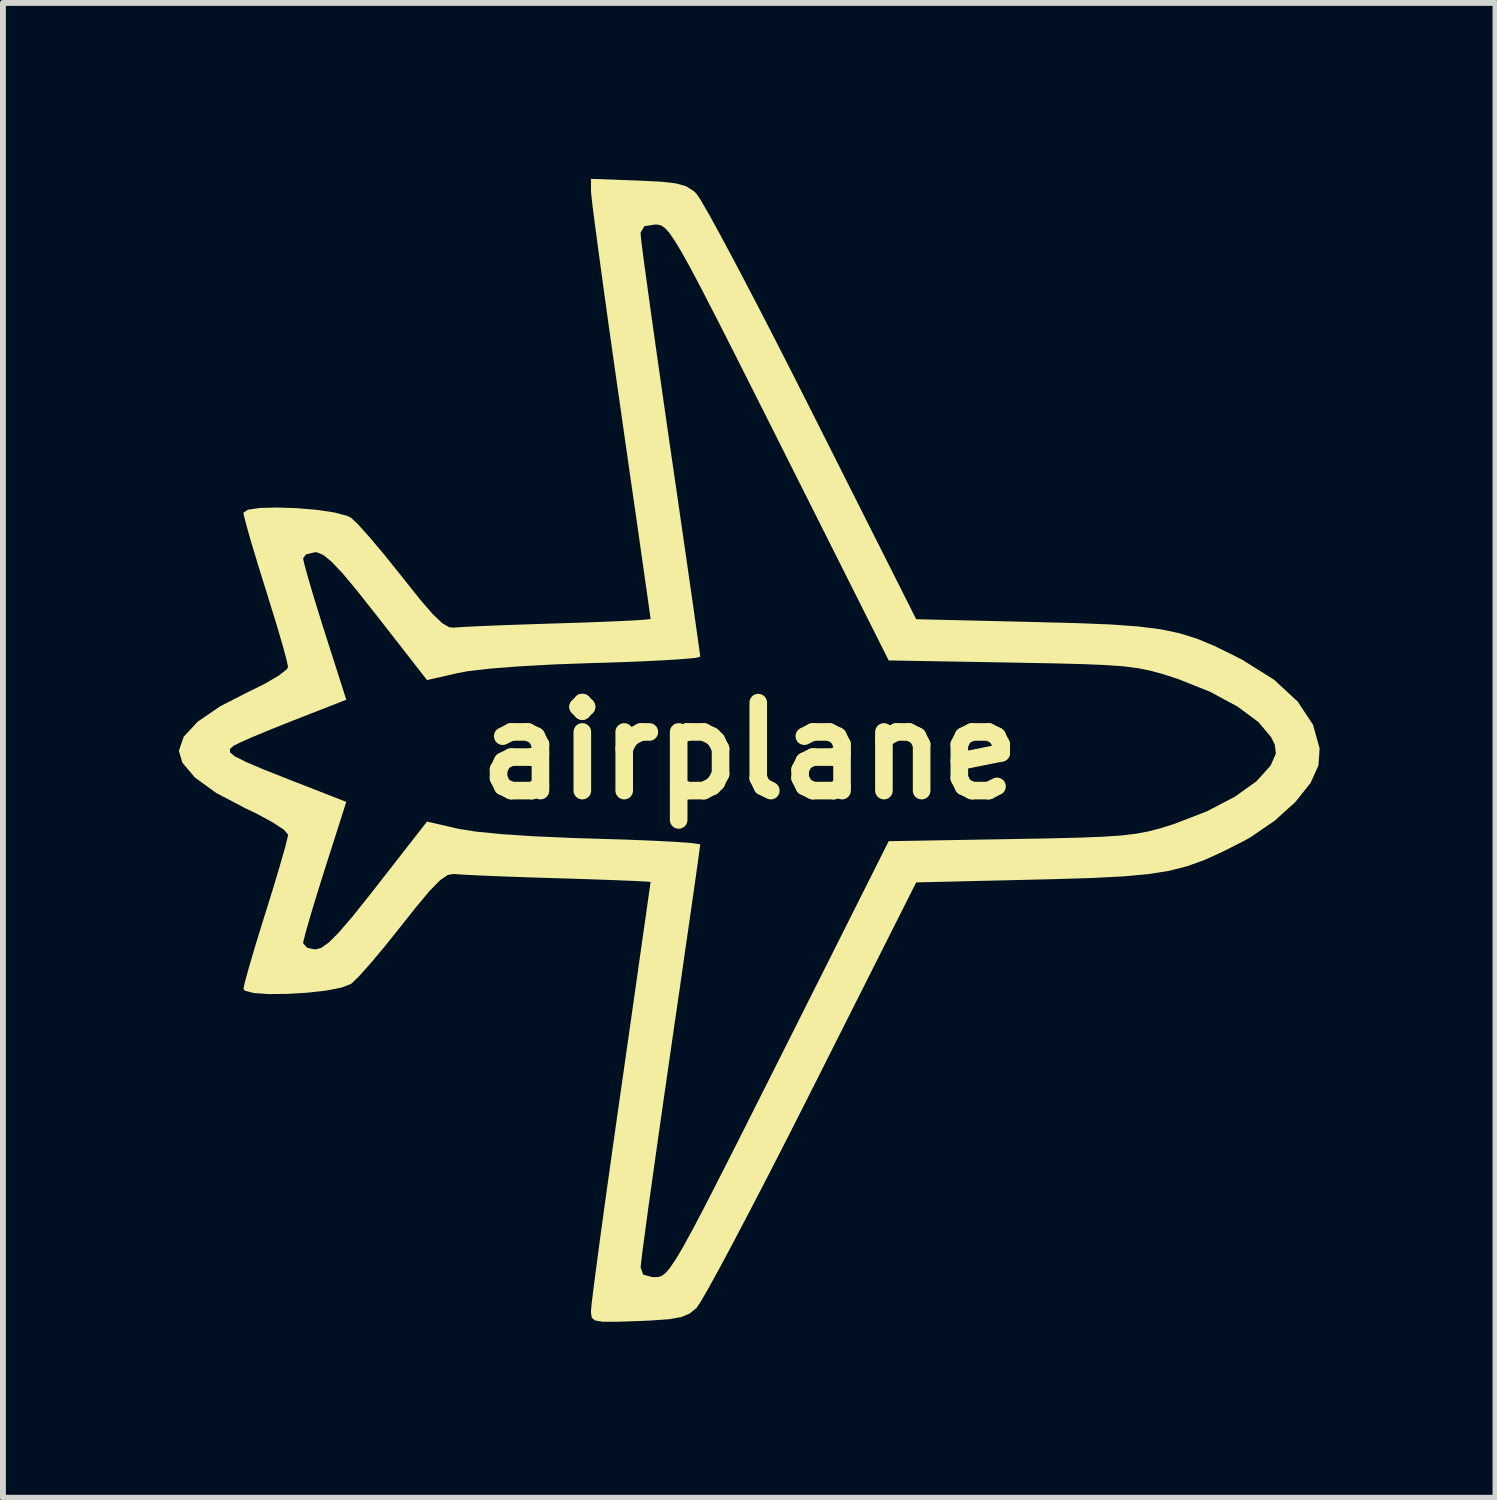
<source format=kicad_pcb>
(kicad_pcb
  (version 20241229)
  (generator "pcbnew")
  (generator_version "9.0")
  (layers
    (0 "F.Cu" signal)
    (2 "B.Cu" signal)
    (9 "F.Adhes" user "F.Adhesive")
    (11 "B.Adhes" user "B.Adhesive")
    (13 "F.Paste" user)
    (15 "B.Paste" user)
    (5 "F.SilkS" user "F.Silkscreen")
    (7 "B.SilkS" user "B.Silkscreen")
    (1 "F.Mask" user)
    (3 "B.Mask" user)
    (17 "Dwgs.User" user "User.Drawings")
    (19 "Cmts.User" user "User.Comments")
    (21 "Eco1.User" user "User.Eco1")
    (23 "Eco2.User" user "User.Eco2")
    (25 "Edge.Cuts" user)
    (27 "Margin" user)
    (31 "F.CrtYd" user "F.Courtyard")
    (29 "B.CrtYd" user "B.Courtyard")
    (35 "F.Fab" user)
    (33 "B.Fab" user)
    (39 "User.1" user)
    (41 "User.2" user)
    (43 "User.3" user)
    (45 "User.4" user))
  (footprint "airplane"
    (layer "F.Cu")
    (at 9.737 9.753)
    (property "Reference" "airplane" (at 0 0 0) (layer "F.SilkS") (effects (font (size 1.5 1.5) (thickness 0.3))))
    (attr board_only exclude_from_pos_files exclude_from_bom)
    (fp_poly (pts (xy -1.907 -9.724) (xy -1.519 -9.705) (xy -1.26 -9.676) (xy -1.09 -9.628) (xy -0.968 -9.553) (xy -0.912 -9.502) (xy -0.836 -9.388) (xy -0.692 -9.139) (xy -0.49 -8.77) (xy -0.238 -8.298) (xy 0.056 -7.737) (xy 0.383 -7.105) (xy 0.734 -6.417) (xy 1.058 -5.776) (xy 2.836 -2.244) (xy 4.868 -2.196) (xy 5.586 -2.177) (xy 6.163 -2.154) (xy 6.627 -2.12) (xy 7.006 -2.072) (xy 7.33 -2.004) (xy 7.627 -1.911) (xy 7.924 -1.787) (xy 8.25 -1.627) (xy 8.407 -1.546) (xy 8.939 -1.212) (xy 9.341 -0.84) (xy 9.603 -0.445) (xy 9.715 -0.042) (xy 9.696 0.248) (xy 9.561 0.547) (xy 9.301 0.874) (xy 8.947 1.194) (xy 8.532 1.477) (xy 8.407 1.546) (xy 8.059 1.722) (xy 7.753 1.861) (xy 7.46 1.967) (xy 7.151 2.046) (xy 6.799 2.102) (xy 6.374 2.141) (xy 5.85 2.168) (xy 5.196 2.188) (xy 4.868 2.196) (xy 2.836 2.244) (xy 1.058 5.776) (xy 0.692 6.5) (xy 0.343 7.182) (xy 0.019 7.807) (xy -0.27 8.358) (xy -0.516 8.819) (xy -0.712 9.175) (xy -0.848 9.409) (xy -0.912 9.502) (xy -1.025 9.594) (xy -1.166 9.655) (xy -1.375 9.692) (xy -1.694 9.715) (xy -1.907 9.724) (xy -2.279 9.736) (xy -2.514 9.735) (xy -2.642 9.714) (xy -2.697 9.665) (xy -2.709 9.583) (xy -2.709 9.549) (xy -2.698 9.423) (xy -2.664 9.149) (xy -2.611 8.744) (xy -2.542 8.227) (xy -2.458 7.617) (xy -2.362 6.933) (xy -2.257 6.192) (xy -2.201 5.8) (xy -2.093 5.046) (xy -1.993 4.347) (xy -1.904 3.718) (xy -1.827 3.179) (xy -1.765 2.745) (xy -1.721 2.434) (xy -1.697 2.264) (xy -1.693 2.237) (xy -1.774 2.229) (xy -1.997 2.218) (xy -2.337 2.204) (xy -2.768 2.189) (xy -3.264 2.173) (xy -3.281 2.173) (xy -3.794 2.157) (xy -4.258 2.14) (xy -4.643 2.124) (xy -4.918 2.11) (xy -5.052 2.1) (xy -5.152 2.117) (xy -5.28 2.205) (xy -5.455 2.382) (xy -5.694 2.667) (xy -5.926 2.96) (xy -6.199 3.302) (xy -6.451 3.604) (xy -6.656 3.835) (xy -6.789 3.965) (xy -6.8 3.974) (xy -6.962 4.037) (xy -7.225 4.088) (xy -7.547 4.125) (xy -7.888 4.145) (xy -8.206 4.148) (xy -8.461 4.13) (xy -8.612 4.091) (xy -8.636 4.06) (xy -8.611 3.944) (xy -8.544 3.699) (xy -8.443 3.355) (xy -8.317 2.944) (xy -8.255 2.747) (xy -8.121 2.316) (xy -8.008 1.937) (xy -7.924 1.642) (xy -7.88 1.462) (xy -7.875 1.428) (xy -7.947 1.344) (xy -8.142 1.217) (xy -8.423 1.065) (xy -8.598 0.982) (xy -9.098 0.72) (xy -9.462 0.457) (xy -9.677 0.203) (xy -9.737 0) (xy -9.726 -0.031) (xy -8.866 -0.031) (xy -8.865 0.025) (xy -8.783 0.094) (xy -8.601 0.186) (xy -8.302 0.314) (xy -7.865 0.487) (xy -7.78 0.52) (xy -6.882 0.871) (xy -7.25 2.023) (xy -7.382 2.444) (xy -7.493 2.811) (xy -7.574 3.093) (xy -7.615 3.257) (xy -7.619 3.281) (xy -7.548 3.361) (xy -7.412 3.387) (xy -7.311 3.361) (xy -7.183 3.271) (xy -7.012 3.1) (xy -6.781 2.832) (xy -6.474 2.448) (xy -6.355 2.296) (xy -5.505 1.206) (xy -4.975 1.329) (xy -4.677 1.377) (xy -4.233 1.421) (xy -3.668 1.458) (xy -3.005 1.487) (xy -2.646 1.498) (xy -2.115 1.514) (xy -1.645 1.533) (xy -1.263 1.553) (xy -0.992 1.573) (xy -0.857 1.592) (xy -0.847 1.598) (xy -0.859 1.69) (xy -0.892 1.933) (xy -0.945 2.307) (xy -1.015 2.796) (xy -1.1 3.382) (xy -1.195 4.046) (xy -1.301 4.772) (xy -1.355 5.146) (xy -1.464 5.901) (xy -1.565 6.607) (xy -1.655 7.247) (xy -1.733 7.802) (xy -1.794 8.254) (xy -1.838 8.584) (xy -1.86 8.773) (xy -1.863 8.808) (xy -1.82 8.931) (xy -1.666 8.974) (xy -1.614 8.975) (xy -1.556 8.971) (xy -1.498 8.951) (xy -1.435 8.902) (xy -1.359 8.812) (xy -1.263 8.669) (xy -1.139 8.46) (xy -0.981 8.172) (xy -0.782 7.793) (xy -0.535 7.311) (xy -0.231 6.713) (xy 0.134 5.987) (xy 0.501 5.258) (xy 2.367 1.541) (xy 4.465 1.505) (xy 5.121 1.493) (xy 5.636 1.48) (xy 6.034 1.464) (xy 6.343 1.443) (xy 6.59 1.413) (xy 6.801 1.373) (xy 7.003 1.32) (xy 7.222 1.251) (xy 7.252 1.241) (xy 7.799 1.029) (xy 8.271 0.782) (xy 8.639 0.519) (xy 8.873 0.259) (xy 8.888 0.233) (xy 8.969 0.048) (xy 8.952 -0.104) (xy 8.888 -0.233) (xy 8.67 -0.492) (xy 8.314 -0.755) (xy 7.851 -1.005) (xy 7.311 -1.221) (xy 7.252 -1.241) (xy 7.029 -1.312) (xy 6.827 -1.367) (xy 6.618 -1.409) (xy 6.378 -1.44) (xy 6.078 -1.462) (xy 5.692 -1.478) (xy 5.194 -1.491) (xy 4.557 -1.503) (xy 4.465 -1.505) (xy 2.367 -1.541) (xy 0.501 -5.258) (xy 0.076 -6.103) (xy -0.28 -6.81) (xy -0.575 -7.39) (xy -0.815 -7.856) (xy -1.007 -8.22) (xy -1.159 -8.495) (xy -1.279 -8.694) (xy -1.371 -8.829) (xy -1.445 -8.912) (xy -1.507 -8.955) (xy -1.564 -8.972) (xy -1.614 -8.975) (xy -1.798 -8.946) (xy -1.861 -8.843) (xy -1.863 -8.807) (xy -1.851 -8.689) (xy -1.817 -8.422) (xy -1.763 -8.025) (xy -1.693 -7.516) (xy -1.608 -6.913) (xy -1.511 -6.235) (xy -1.406 -5.501) (xy -1.355 -5.151) (xy -1.246 -4.402) (xy -1.145 -3.705) (xy -1.055 -3.079) (xy -0.977 -2.54) (xy -0.916 -2.107) (xy -0.872 -1.798) (xy -0.849 -1.63) (xy -0.847 -1.604) (xy -0.927 -1.585) (xy -1.152 -1.564) (xy -1.498 -1.542) (xy -1.939 -1.521) (xy -2.451 -1.503) (xy -2.646 -1.498) (xy -3.318 -1.474) (xy -3.921 -1.441) (xy -4.427 -1.402) (xy -4.808 -1.358) (xy -4.975 -1.327) (xy -5.505 -1.206) (xy -6.355 -2.296) (xy -6.691 -2.721) (xy -6.944 -3.025) (xy -7.133 -3.225) (xy -7.273 -3.339) (xy -7.381 -3.384) (xy -7.412 -3.387) (xy -7.569 -3.35) (xy -7.619 -3.281) (xy -7.593 -3.166) (xy -7.525 -2.921) (xy -7.424 -2.58) (xy -7.298 -2.174) (xy -7.25 -2.023) (xy -6.882 -0.871) (xy -7.78 -0.52) (xy -8.152 -0.372) (xy -8.473 -0.239) (xy -8.705 -0.136) (xy -8.805 -0.085) (xy -8.866 -0.031) (xy -9.726 -0.031) (xy -9.655 -0.24) (xy -9.416 -0.497) (xy -9.031 -0.76) (xy -8.598 -0.982) (xy -8.283 -1.137) (xy -8.038 -1.28) (xy -7.896 -1.39) (xy -7.875 -1.428) (xy -7.899 -1.546) (xy -7.966 -1.794) (xy -8.067 -2.139) (xy -8.194 -2.551) (xy -8.255 -2.747) (xy -8.389 -3.178) (xy -8.503 -3.556) (xy -8.586 -3.849) (xy -8.631 -4.026) (xy -8.636 -4.06) (xy -8.559 -4.112) (xy -8.356 -4.141) (xy -8.067 -4.149) (xy -7.733 -4.138) (xy -7.395 -4.11) (xy -7.095 -4.066) (xy -6.873 -4.009) (xy -6.8 -3.974) (xy -6.68 -3.86) (xy -6.484 -3.641) (xy -6.237 -3.348) (xy -5.965 -3.009) (xy -5.926 -2.96) (xy -5.626 -2.583) (xy -5.405 -2.328) (xy -5.244 -2.175) (xy -5.125 -2.107) (xy -5.052 -2.1) (xy -4.911 -2.111) (xy -4.632 -2.125) (xy -4.244 -2.141) (xy -3.778 -2.157) (xy -3.281 -2.173) (xy -2.783 -2.189) (xy -2.35 -2.206) (xy -2.006 -2.222) (xy -1.779 -2.237) (xy -1.693 -2.248) (xy -1.693 -2.248) (xy -1.705 -2.336) (xy -1.738 -2.573) (xy -1.791 -2.943) (xy -1.86 -3.428) (xy -1.943 -4.011) (xy -2.039 -4.674) (xy -2.143 -5.4) (xy -2.201 -5.807) (xy -2.31 -6.567) (xy -2.411 -7.281) (xy -2.501 -7.93) (xy -2.578 -8.495) (xy -2.64 -8.958) (xy -2.684 -9.3) (xy -2.706 -9.502) (xy -2.709 -9.545) (xy -2.709 -9.753)) (stroke (width 0) (type solid)) (fill yes) (layer "F.SilkS")))
  (gr_rect
    (start -3 -3)
    (end 22.451 22.489)
    (stroke (width 0.1) (type default))
    (fill no)
    (layer "Edge.Cuts")))
</source>
